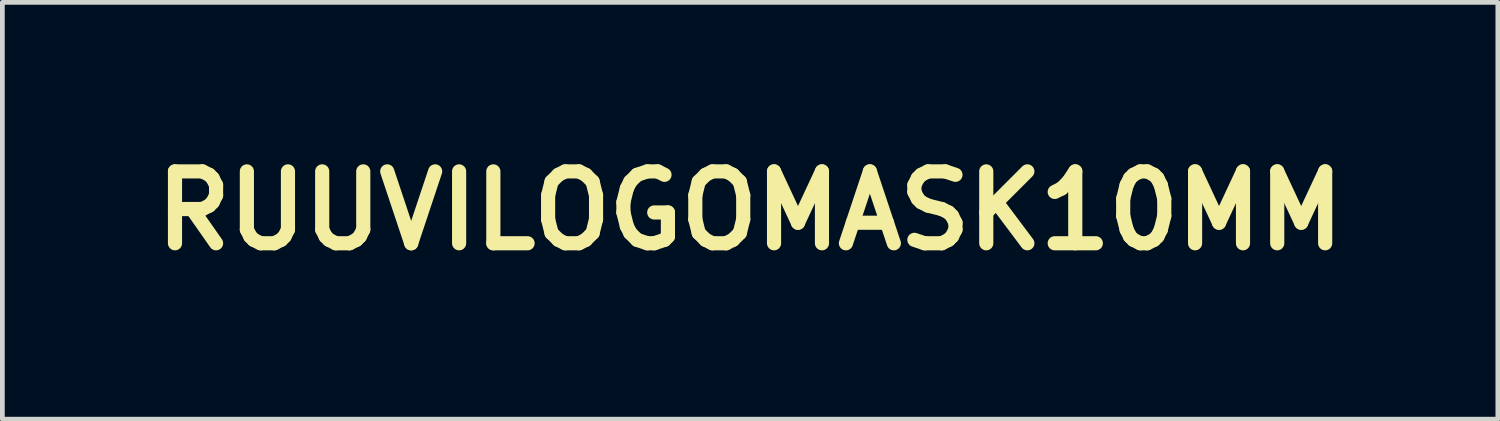
<source format=kicad_pcb>
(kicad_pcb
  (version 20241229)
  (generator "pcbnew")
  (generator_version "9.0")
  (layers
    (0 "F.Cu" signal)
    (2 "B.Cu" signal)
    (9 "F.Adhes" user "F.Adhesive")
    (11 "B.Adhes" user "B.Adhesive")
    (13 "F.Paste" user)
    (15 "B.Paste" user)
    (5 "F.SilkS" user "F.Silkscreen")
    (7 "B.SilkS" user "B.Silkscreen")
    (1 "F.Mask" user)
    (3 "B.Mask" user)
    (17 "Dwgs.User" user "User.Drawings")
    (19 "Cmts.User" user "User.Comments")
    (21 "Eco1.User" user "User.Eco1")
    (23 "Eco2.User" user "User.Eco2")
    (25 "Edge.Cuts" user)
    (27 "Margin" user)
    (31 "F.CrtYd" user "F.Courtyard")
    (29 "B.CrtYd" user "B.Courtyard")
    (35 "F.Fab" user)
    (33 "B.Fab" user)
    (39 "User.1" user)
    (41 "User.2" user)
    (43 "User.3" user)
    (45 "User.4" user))
  (footprint "RUUVILOGOMASK10MM"
    (layer "F.Cu")
    (at 12.852 1.418)
    (property "Reference" "RUUVILOGOMASK10MM" (at 0 0 0) (layer "F.SilkS") (effects (font (size 1.524 1.524) (thickness 0.3))))
    (attr through_hole)
    (fp_poly (pts (xy 2.117 -0.956) (xy 2.148 -0.951) (xy 2.151 -0.95) (xy 2.192 -0.935) (xy 2.232 -0.913) (xy 2.27 -0.885) (xy 2.303 -0.853) (xy 2.33 -0.818) (xy 2.344 -0.795) (xy 2.362 -0.747) (xy 2.371 -0.698) (xy 2.372 -0.648) (xy 2.364 -0.6) (xy 2.348 -0.554) (xy 2.325 -0.511) (xy 2.295 -0.472) (xy 2.258 -0.438) (xy 2.214 -0.411) (xy 2.181 -0.396) (xy 2.165 -0.39) (xy 2.149 -0.387) (xy 2.129 -0.384) (xy 2.103 -0.383) (xy 2.091 -0.383) (xy 2.064 -0.382) (xy 2.043 -0.382) (xy 2.027 -0.384) (xy 2.013 -0.387) (xy 1.997 -0.392) (xy 1.995 -0.392) (xy 1.946 -0.413) (xy 1.903 -0.442) (xy 1.865 -0.478) (xy 1.835 -0.519) (xy 1.812 -0.566) (xy 1.805 -0.586) (xy 1.801 -0.608) (xy 1.798 -0.638) (xy 1.798 -0.671) (xy 1.798 -0.699) (xy 1.799 -0.72) (xy 1.802 -0.737) (xy 1.806 -0.753) (xy 1.809 -0.763) (xy 1.83 -0.807) (xy 1.858 -0.847) (xy 1.894 -0.884) (xy 1.934 -0.914) (xy 1.978 -0.938) (xy 2.015 -0.95) (xy 2.046 -0.955) (xy 2.081 -0.957) (xy 2.117 -0.956)) (stroke (width 0.01) (type solid)) (fill yes) (layer "F.Mask"))
    (fp_poly (pts (xy 2.131 -0.179) (xy 2.176 -0.169) (xy 2.215 -0.153) (xy 2.246 -0.13) (xy 2.271 -0.1) (xy 2.289 -0.062) (xy 2.298 -0.033) (xy 2.3 -0.022) (xy 2.301 -0.002) (xy 2.302 0.026) (xy 2.303 0.061) (xy 2.304 0.102) (xy 2.305 0.148) (xy 2.305 0.198) (xy 2.306 0.251) (xy 2.306 0.306) (xy 2.306 0.363) (xy 2.306 0.42) (xy 2.306 0.477) (xy 2.306 0.532) (xy 2.305 0.585) (xy 2.305 0.634) (xy 2.304 0.679) (xy 2.303 0.719) (xy 2.302 0.753) (xy 2.301 0.779) (xy 2.3 0.798) (xy 2.298 0.808) (xy 2.286 0.843) (xy 2.27 0.873) (xy 2.246 0.901) (xy 2.214 0.929) (xy 2.178 0.949) (xy 2.141 0.96) (xy 2.119 0.963) (xy 2.094 0.966) (xy 2.067 0.966) (xy 2.044 0.966) (xy 2.026 0.964) (xy 2.025 0.964) (xy 1.988 0.953) (xy 1.953 0.938) (xy 1.925 0.921) (xy 1.91 0.909) (xy 1.899 0.897) (xy 1.889 0.883) (xy 1.878 0.864) (xy 1.875 0.857) (xy 1.854 0.814) (xy 1.851 0.733) (xy 1.85 0.708) (xy 1.849 0.674) (xy 1.849 0.634) (xy 1.848 0.588) (xy 1.848 0.538) (xy 1.847 0.484) (xy 1.847 0.429) (xy 1.847 0.373) (xy 1.847 0.317) (xy 1.848 0.262) (xy 1.848 0.211) (xy 1.848 0.163) (xy 1.849 0.121) (xy 1.849 0.085) (xy 1.85 0.056) (xy 1.851 0.039) (xy 1.853 0.001) (xy 1.858 -0.029) (xy 1.864 -0.054) (xy 1.874 -0.075) (xy 1.888 -0.095) (xy 1.903 -0.113) (xy 1.935 -0.141) (xy 1.97 -0.161) (xy 2.01 -0.175) (xy 2.055 -0.181) (xy 2.078 -0.182) (xy 2.131 -0.179)) (stroke (width 0.01) (type solid)) (fill yes) (layer "F.Mask"))
    (fp_poly (pts (xy 3.968 -0.582) (xy 4.021 -0.576) (xy 4.044 -0.572) (xy 4.117 -0.552) (xy 4.185 -0.525) (xy 4.247 -0.489) (xy 4.305 -0.445) (xy 4.338 -0.415) (xy 4.391 -0.357) (xy 4.434 -0.295) (xy 4.469 -0.23) (xy 4.494 -0.162) (xy 4.511 -0.09) (xy 4.518 -0.014) (xy 4.518 0.01) (xy 4.514 0.085) (xy 4.5 0.157) (xy 4.478 0.226) (xy 4.447 0.292) (xy 4.41 0.352) (xy 4.365 0.408) (xy 4.314 0.458) (xy 4.257 0.502) (xy 4.194 0.538) (xy 4.126 0.567) (xy 4.055 0.588) (xy 4.027 0.594) (xy 3.995 0.598) (xy 3.957 0.6) (xy 3.916 0.6) (xy 3.875 0.599) (xy 3.837 0.596) (xy 3.809 0.591) (xy 3.734 0.571) (xy 3.665 0.543) (xy 3.601 0.506) (xy 3.541 0.461) (xy 3.5 0.422) (xy 3.457 0.372) (xy 3.418 0.316) (xy 3.386 0.255) (xy 3.361 0.192) (xy 3.353 0.166) (xy 3.349 0.148) (xy 3.345 0.125) (xy 3.341 0.1) (xy 3.337 0.074) (xy 3.334 0.05) (xy 3.332 0.029) (xy 3.331 0.013) (xy 3.331 0.004) (xy 3.332 0.003) (xy 3.337 0.003) (xy 3.35 0.004) (xy 3.367 0.006) (xy 3.368 0.006) (xy 3.413 0.009) (xy 3.462 0.004) (xy 3.513 -0.006) (xy 3.562 -0.023) (xy 3.602 -0.042) (xy 3.626 -0.057) (xy 3.652 -0.078) (xy 3.679 -0.103) (xy 3.704 -0.13) (xy 3.726 -0.155) (xy 3.741 -0.177) (xy 3.765 -0.224) (xy 3.782 -0.27) (xy 3.792 -0.318) (xy 3.795 -0.37) (xy 3.795 -0.378) (xy 3.794 -0.422) (xy 3.789 -0.459) (xy 3.781 -0.493) (xy 3.769 -0.527) (xy 3.768 -0.528) (xy 3.762 -0.544) (xy 3.758 -0.555) (xy 3.758 -0.56) (xy 3.763 -0.562) (xy 3.776 -0.565) (xy 3.794 -0.569) (xy 3.808 -0.572) (xy 3.858 -0.58) (xy 3.913 -0.583) (xy 3.968 -0.582)) (stroke (width 0.01) (type solid)) (fill yes) (layer "F.Mask"))
    (fp_poly (pts (xy -4.043 -0.942) (xy -4.03 -0.941) (xy -4.018 -0.938) (xy -4.006 -0.935) (xy -4.001 -0.933) (xy -3.959 -0.914) (xy -3.923 -0.888) (xy -3.894 -0.856) (xy -3.872 -0.818) (xy -3.858 -0.775) (xy -3.851 -0.728) (xy -3.854 -0.679) (xy -3.854 -0.675) (xy -3.864 -0.631) (xy -3.88 -0.593) (xy -3.903 -0.561) (xy -3.933 -0.535) (xy -3.97 -0.515) (xy -4.015 -0.499) (xy -4.069 -0.489) (xy -4.071 -0.489) (xy -4.131 -0.478) (xy -4.183 -0.465) (xy -4.229 -0.447) (xy -4.269 -0.425) (xy -4.305 -0.398) (xy -4.319 -0.386) (xy -4.351 -0.353) (xy -4.376 -0.321) (xy -4.395 -0.286) (xy -4.407 -0.256) (xy -4.421 -0.215) (xy -4.424 0.282) (xy -4.424 0.365) (xy -4.424 0.438) (xy -4.425 0.503) (xy -4.425 0.56) (xy -4.426 0.61) (xy -4.426 0.652) (xy -4.427 0.689) (xy -4.428 0.72) (xy -4.429 0.746) (xy -4.43 0.768) (xy -4.432 0.786) (xy -4.434 0.801) (xy -4.436 0.813) (xy -4.438 0.823) (xy -4.441 0.831) (xy -4.445 0.839) (xy -4.449 0.847) (xy -4.453 0.855) (xy -4.456 0.861) (xy -4.477 0.892) (xy -4.504 0.919) (xy -4.535 0.94) (xy -4.539 0.942) (xy -4.572 0.954) (xy -4.611 0.963) (xy -4.652 0.966) (xy -4.692 0.965) (xy -4.722 0.96) (xy -4.757 0.949) (xy -4.791 0.931) (xy -4.82 0.911) (xy -4.84 0.888) (xy -4.858 0.859) (xy -4.871 0.825) (xy -4.879 0.789) (xy -4.88 0.783) (xy -4.881 0.771) (xy -4.881 0.751) (xy -4.882 0.722) (xy -4.882 0.687) (xy -4.883 0.644) (xy -4.883 0.597) (xy -4.884 0.545) (xy -4.884 0.489) (xy -4.884 0.43) (xy -4.884 0.369) (xy -4.884 0.306) (xy -4.884 0.244) (xy -4.884 0.182) (xy -4.884 0.121) (xy -4.884 0.062) (xy -4.883 0.007) (xy -4.883 -0.045) (xy -4.883 -0.091) (xy -4.882 -0.133) (xy -4.882 -0.167) (xy -4.881 -0.195) (xy -4.88 -0.214) (xy -4.88 -0.22) (xy -4.87 -0.306) (xy -4.851 -0.387) (xy -4.823 -0.465) (xy -4.787 -0.538) (xy -4.741 -0.609) (xy -4.686 -0.676) (xy -4.653 -0.711) (xy -4.588 -0.77) (xy -4.52 -0.821) (xy -4.449 -0.862) (xy -4.375 -0.894) (xy -4.297 -0.918) (xy -4.214 -0.934) (xy -4.126 -0.941) (xy -4.115 -0.941) (xy -4.084 -0.942) (xy -4.061 -0.942) (xy -4.043 -0.942)) (stroke (width 0.01) (type solid)) (fill yes) (layer "F.Mask"))
    (fp_poly (pts (xy -3.346 -0.934) (xy -3.301 -0.924) (xy -3.26 -0.906) (xy -3.225 -0.881) (xy -3.195 -0.85) (xy -3.173 -0.814) (xy -3.159 -0.773) (xy -3.155 -0.75) (xy -3.155 -0.74) (xy -3.154 -0.722) (xy -3.153 -0.694) (xy -3.153 -0.66) (xy -3.152 -0.618) (xy -3.152 -0.57) (xy -3.151 -0.517) (xy -3.15 -0.459) (xy -3.15 -0.397) (xy -3.149 -0.332) (xy -3.149 -0.264) (xy -3.149 -0.23) (xy -3.148 -0.15) (xy -3.148 -0.079) (xy -3.148 -0.017) (xy -3.147 0.036) (xy -3.147 0.083) (xy -3.147 0.123) (xy -3.146 0.157) (xy -3.146 0.185) (xy -3.145 0.208) (xy -3.144 0.227) (xy -3.144 0.243) (xy -3.143 0.255) (xy -3.142 0.265) (xy -3.14 0.272) (xy -3.139 0.279) (xy -3.138 0.285) (xy -3.136 0.29) (xy -3.136 0.291) (xy -3.116 0.34) (xy -3.088 0.384) (xy -3.052 0.424) (xy -3.011 0.457) (xy -2.963 0.484) (xy -2.912 0.503) (xy -2.877 0.511) (xy -2.818 0.516) (xy -2.761 0.512) (xy -2.703 0.498) (xy -2.65 0.476) (xy -2.601 0.447) (xy -2.559 0.411) (xy -2.523 0.367) (xy -2.494 0.317) (xy -2.491 0.311) (xy -2.486 0.3) (xy -2.482 0.291) (xy -2.478 0.282) (xy -2.475 0.273) (xy -2.472 0.263) (xy -2.47 0.251) (xy -2.468 0.237) (xy -2.466 0.221) (xy -2.464 0.202) (xy -2.463 0.178) (xy -2.462 0.151) (xy -2.461 0.118) (xy -2.46 0.079) (xy -2.46 0.034) (xy -2.459 -0.018) (xy -2.459 -0.077) (xy -2.458 -0.144) (xy -2.458 -0.22) (xy -2.458 -0.281) (xy -2.455 -0.78) (xy -2.436 -0.816) (xy -2.412 -0.856) (xy -2.38 -0.889) (xy -2.341 -0.915) (xy -2.331 -0.92) (xy -2.318 -0.926) (xy -2.307 -0.93) (xy -2.296 -0.933) (xy -2.283 -0.934) (xy -2.265 -0.935) (xy -2.241 -0.935) (xy -2.227 -0.935) (xy -2.156 -0.935) (xy -2.119 -0.917) (xy -2.084 -0.896) (xy -2.053 -0.868) (xy -2.028 -0.837) (xy -2.017 -0.818) (xy -2.005 -0.794) (xy -2.005 0.3) (xy -2.021 0.362) (xy -2.044 0.441) (xy -2.072 0.512) (xy -2.106 0.578) (xy -2.147 0.639) (xy -2.196 0.699) (xy -2.235 0.74) (xy -2.299 0.799) (xy -2.366 0.849) (xy -2.437 0.889) (xy -2.512 0.921) (xy -2.591 0.945) (xy -2.623 0.952) (xy -2.67 0.961) (xy -2.721 0.966) (xy -2.772 0.97) (xy -2.82 0.971) (xy -2.863 0.969) (xy -2.867 0.969) (xy -2.945 0.959) (xy -3.016 0.945) (xy -3.081 0.927) (xy -3.141 0.904) (xy -3.199 0.875) (xy -3.216 0.865) (xy -3.289 0.817) (xy -3.355 0.762) (xy -3.415 0.701) (xy -3.467 0.634) (xy -3.512 0.562) (xy -3.549 0.486) (xy -3.577 0.406) (xy -3.578 0.403) (xy -3.582 0.387) (xy -3.586 0.373) (xy -3.59 0.359) (xy -3.593 0.346) (xy -3.596 0.332) (xy -3.598 0.318) (xy -3.6 0.302) (xy -3.602 0.283) (xy -3.603 0.262) (xy -3.604 0.237) (xy -3.605 0.207) (xy -3.606 0.173) (xy -3.606 0.133) (xy -3.607 0.088) (xy -3.607 0.035) (xy -3.608 -0.025) (xy -3.608 -0.093) (xy -3.608 -0.17) (xy -3.608 -0.221) (xy -3.609 -0.309) (xy -3.609 -0.39) (xy -3.609 -0.463) (xy -3.609 -0.53) (xy -3.609 -0.588) (xy -3.608 -0.638) (xy -3.608 -0.679) (xy -3.607 -0.712) (xy -3.606 -0.736) (xy -3.606 -0.75) (xy -3.605 -0.753) (xy -3.595 -0.797) (xy -3.576 -0.836) (xy -3.551 -0.87) (xy -3.519 -0.897) (xy -3.481 -0.918) (xy -3.439 -0.931) (xy -3.393 -0.937) (xy -3.346 -0.934)) (stroke (width 0.01) (type solid)) (fill yes) (layer "F.Mask"))
    (fp_poly (pts (xy 3.783 -1.135) (xy 3.824 -1.134) (xy 3.859 -1.132) (xy 3.881 -1.129) (xy 3.988 -1.11) (xy 4.092 -1.082) (xy 4.19 -1.045) (xy 4.284 -1.001) (xy 4.372 -0.948) (xy 4.452 -0.89) (xy 4.532 -0.82) (xy 4.605 -0.743) (xy 4.669 -0.661) (xy 4.726 -0.574) (xy 4.775 -0.482) (xy 4.815 -0.385) (xy 4.846 -0.284) (xy 4.869 -0.179) (xy 4.875 -0.137) (xy 4.878 -0.116) (xy 4.879 -0.089) (xy 4.881 -0.057) (xy 4.882 -0.023) (xy 4.882 0.002) (xy 4.881 0.054) (xy 4.879 0.099) (xy 4.875 0.14) (xy 4.869 0.182) (xy 4.861 0.228) (xy 4.857 0.244) (xy 4.838 0.319) (xy 4.812 0.396) (xy 4.781 0.472) (xy 4.746 0.545) (xy 4.707 0.611) (xy 4.696 0.628) (xy 4.633 0.714) (xy 4.563 0.793) (xy 4.487 0.865) (xy 4.406 0.929) (xy 4.319 0.986) (xy 4.227 1.034) (xy 4.13 1.074) (xy 4.03 1.105) (xy 3.926 1.127) (xy 3.9 1.131) (xy 3.87 1.135) (xy 3.833 1.137) (xy 3.792 1.139) (xy 3.75 1.141) (xy 3.709 1.141) (xy 3.672 1.14) (xy 3.642 1.138) (xy 3.641 1.138) (xy 3.536 1.123) (xy 3.433 1.098) (xy 3.333 1.065) (xy 3.236 1.022) (xy 3.143 0.971) (xy 3.111 0.951) (xy 3.034 0.894) (xy 2.96 0.831) (xy 2.893 0.761) (xy 2.879 0.745) (xy 2.814 0.662) (xy 2.758 0.575) (xy 2.711 0.484) (xy 2.672 0.389) (xy 2.641 0.293) (xy 2.62 0.194) (xy 2.607 0.094) (xy 2.604 0.002) (xy 2.818 0.002) (xy 2.822 0.09) (xy 2.832 0.172) (xy 2.851 0.251) (xy 2.877 0.33) (xy 2.911 0.408) (xy 2.957 0.491) (xy 3.01 0.568) (xy 3.071 0.639) (xy 3.14 0.704) (xy 3.216 0.762) (xy 3.23 0.772) (xy 3.299 0.814) (xy 3.368 0.849) (xy 3.441 0.877) (xy 3.518 0.9) (xy 3.6 0.916) (xy 3.661 0.925) (xy 3.681 0.926) (xy 3.707 0.927) (xy 3.738 0.927) (xy 3.771 0.927) (xy 3.802 0.926) (xy 3.829 0.924) (xy 3.843 0.923) (xy 3.887 0.917) (xy 3.934 0.908) (xy 3.982 0.897) (xy 4.026 0.884) (xy 4.044 0.879) (xy 4.075 0.867) (xy 4.111 0.851) (xy 4.15 0.832) (xy 4.189 0.812) (xy 4.225 0.792) (xy 4.257 0.773) (xy 4.276 0.76) (xy 4.348 0.703) (xy 4.415 0.638) (xy 4.476 0.569) (xy 4.501 0.535) (xy 4.519 0.509) (xy 4.538 0.475) (xy 4.559 0.438) (xy 4.579 0.398) (xy 4.597 0.36) (xy 4.612 0.325) (xy 4.62 0.302) (xy 4.645 0.216) (xy 4.661 0.126) (xy 4.669 0.034) (xy 4.667 -0.058) (xy 4.657 -0.149) (xy 4.638 -0.239) (xy 4.62 -0.298) (xy 4.608 -0.329) (xy 4.592 -0.365) (xy 4.574 -0.404) (xy 4.553 -0.443) (xy 4.533 -0.48) (xy 4.514 -0.512) (xy 4.501 -0.531) (xy 4.444 -0.602) (xy 4.38 -0.669) (xy 4.31 -0.729) (xy 4.276 -0.755) (xy 4.25 -0.772) (xy 4.217 -0.792) (xy 4.18 -0.812) (xy 4.141 -0.832) (xy 4.103 -0.85) (xy 4.067 -0.865) (xy 4.044 -0.874) (xy 3.959 -0.898) (xy 3.87 -0.914) (xy 3.779 -0.922) (xy 3.688 -0.921) (xy 3.598 -0.912) (xy 3.514 -0.894) (xy 3.424 -0.866) (xy 3.338 -0.83) (xy 3.257 -0.785) (xy 3.181 -0.732) (xy 3.11 -0.673) (xy 3.046 -0.606) (xy 2.988 -0.534) (xy 2.938 -0.456) (xy 2.906 -0.393) (xy 2.872 -0.312) (xy 2.846 -0.23) (xy 2.829 -0.147) (xy 2.82 -0.061) (xy 2.818 0.002) (xy 2.604 0.002) (xy 2.604 -0.007) (xy 2.609 -0.108) (xy 2.623 -0.208) (xy 2.646 -0.308) (xy 2.679 -0.405) (xy 2.72 -0.5) (xy 2.771 -0.592) (xy 2.829 -0.678) (xy 2.894 -0.758) (xy 2.966 -0.831) (xy 3.044 -0.898) (xy 3.128 -0.957) (xy 3.217 -1.008) (xy 3.311 -1.051) (xy 3.41 -1.087) (xy 3.512 -1.113) (xy 3.585 -1.127) (xy 3.616 -1.13) (xy 3.654 -1.133) (xy 3.696 -1.135) (xy 3.74 -1.135) (xy 3.783 -1.135)) (stroke (width 0.01) (type solid)) (fill yes) (layer "F.Mask"))
    (fp_poly (pts (xy -0.379 -0.942) (xy -0.353 -0.941) (xy -0.335 -0.94) (xy -0.32 -0.937) (xy -0.307 -0.933) (xy -0.293 -0.927) (xy -0.283 -0.923) (xy -0.244 -0.899) (xy -0.211 -0.868) (xy -0.185 -0.831) (xy -0.179 -0.821) (xy -0.164 -0.789) (xy -0.162 -0.401) (xy -0.162 -0.335) (xy -0.162 -0.269) (xy -0.162 -0.202) (xy -0.162 -0.137) (xy -0.163 -0.075) (xy -0.163 -0.017) (xy -0.164 0.036) (xy -0.164 0.083) (xy -0.165 0.122) (xy -0.165 0.149) (xy -0.167 0.193) (xy -0.168 0.229) (xy -0.169 0.257) (xy -0.17 0.28) (xy -0.172 0.299) (xy -0.173 0.314) (xy -0.176 0.328) (xy -0.179 0.342) (xy -0.182 0.357) (xy -0.185 0.369) (xy -0.213 0.455) (xy -0.249 0.537) (xy -0.292 0.612) (xy -0.344 0.683) (xy -0.404 0.747) (xy -0.472 0.806) (xy -0.486 0.817) (xy -0.515 0.837) (xy -0.551 0.859) (xy -0.59 0.88) (xy -0.63 0.899) (xy -0.668 0.916) (xy -0.695 0.926) (xy -0.762 0.944) (xy -0.834 0.957) (xy -0.91 0.965) (xy -0.986 0.967) (xy -1.06 0.963) (xy -1.072 0.961) (xy -1.126 0.953) (xy -1.183 0.94) (xy -1.239 0.924) (xy -1.268 0.914) (xy -1.342 0.881) (xy -1.413 0.839) (xy -1.48 0.79) (xy -1.541 0.733) (xy -1.597 0.671) (xy -1.646 0.603) (xy -1.687 0.532) (xy -1.721 0.456) (xy -1.726 0.44) (xy -1.743 0.386) (xy -1.755 0.331) (xy -1.764 0.272) (xy -1.768 0.212) (xy -1.769 0.194) (xy -1.77 0.167) (xy -1.77 0.132) (xy -1.771 0.09) (xy -1.771 0.043) (xy -1.772 -0.009) (xy -1.772 -0.065) (xy -1.772 -0.124) (xy -1.772 -0.185) (xy -1.773 -0.247) (xy -1.773 -0.309) (xy -1.772 -0.37) (xy -1.772 -0.43) (xy -1.772 -0.487) (xy -1.772 -0.54) (xy -1.771 -0.589) (xy -1.771 -0.633) (xy -1.77 -0.67) (xy -1.77 -0.7) (xy -1.769 -0.722) (xy -1.769 -0.732) (xy -1.766 -0.757) (xy -1.764 -0.776) (xy -1.76 -0.792) (xy -1.755 -0.807) (xy -1.747 -0.823) (xy -1.723 -0.86) (xy -1.693 -0.891) (xy -1.657 -0.915) (xy -1.615 -0.931) (xy -1.569 -0.939) (xy -1.52 -0.939) (xy -1.507 -0.938) (xy -1.461 -0.928) (xy -1.42 -0.909) (xy -1.384 -0.882) (xy -1.354 -0.848) (xy -1.335 -0.816) (xy -1.316 -0.78) (xy -1.313 -0.567) (xy -1.313 -0.52) (xy -1.312 -0.466) (xy -1.311 -0.405) (xy -1.311 -0.34) (xy -1.311 -0.273) (xy -1.31 -0.205) (xy -1.31 -0.139) (xy -1.31 -0.076) (xy -1.31 -0.056) (xy -1.309 0.008) (xy -1.309 0.064) (xy -1.309 0.111) (xy -1.309 0.151) (xy -1.308 0.184) (xy -1.307 0.212) (xy -1.306 0.235) (xy -1.304 0.254) (xy -1.301 0.27) (xy -1.298 0.284) (xy -1.295 0.296) (xy -1.291 0.307) (xy -1.285 0.318) (xy -1.28 0.331) (xy -1.278 0.335) (xy -1.252 0.376) (xy -1.219 0.414) (xy -1.18 0.447) (xy -1.135 0.475) (xy -1.088 0.496) (xy -1.069 0.501) (xy -1.043 0.506) (xy -1.01 0.509) (xy -0.974 0.51) (xy -0.939 0.509) (xy -0.906 0.506) (xy -0.884 0.501) (xy -0.828 0.481) (xy -0.777 0.453) (xy -0.732 0.419) (xy -0.695 0.377) (xy -0.664 0.33) (xy -0.659 0.32) (xy -0.654 0.308) (xy -0.649 0.298) (xy -0.644 0.289) (xy -0.64 0.28) (xy -0.637 0.27) (xy -0.634 0.259) (xy -0.631 0.246) (xy -0.629 0.231) (xy -0.628 0.213) (xy -0.626 0.191) (xy -0.625 0.165) (xy -0.624 0.135) (xy -0.623 0.099) (xy -0.623 0.057) (xy -0.622 0.008) (xy -0.622 -0.048) (xy -0.621 -0.111) (xy -0.621 -0.184) (xy -0.62 -0.265) (xy -0.62 -0.276) (xy -0.62 -0.369) (xy -0.619 -0.452) (xy -0.618 -0.527) (xy -0.618 -0.592) (xy -0.617 -0.648) (xy -0.616 -0.695) (xy -0.615 -0.733) (xy -0.614 -0.761) (xy -0.613 -0.78) (xy -0.612 -0.789) (xy -0.612 -0.789) (xy -0.592 -0.833) (xy -0.565 -0.871) (xy -0.532 -0.901) (xy -0.491 -0.924) (xy -0.469 -0.933) (xy -0.453 -0.938) (xy -0.438 -0.941) (xy -0.422 -0.942) (xy -0.4 -0.942) (xy -0.379 -0.942)) (stroke (width 0.01) (type solid)) (fill yes) (layer "F.Mask"))
    (fp_poly (pts (xy 0.327 -0.944) (xy 0.367 -0.934) (xy 0.387 -0.926) (xy 0.405 -0.914) (xy 0.425 -0.896) (xy 0.445 -0.875) (xy 0.463 -0.852) (xy 0.474 -0.833) (xy 0.478 -0.824) (xy 0.485 -0.807) (xy 0.495 -0.782) (xy 0.508 -0.75) (xy 0.523 -0.712) (xy 0.541 -0.668) (xy 0.56 -0.62) (xy 0.581 -0.567) (xy 0.603 -0.511) (xy 0.627 -0.452) (xy 0.646 -0.403) (xy 0.676 -0.327) (xy 0.703 -0.259) (xy 0.727 -0.199) (xy 0.748 -0.147) (xy 0.765 -0.102) (xy 0.781 -0.063) (xy 0.794 -0.031) (xy 0.805 -0.004) (xy 0.813 0.018) (xy 0.821 0.035) (xy 0.826 0.048) (xy 0.831 0.057) (xy 0.834 0.064) (xy 0.836 0.068) (xy 0.838 0.069) (xy 0.839 0.07) (xy 0.84 0.069) (xy 0.841 0.067) (xy 0.841 0.067) (xy 0.843 0.061) (xy 0.849 0.047) (xy 0.858 0.026) (xy 0.869 -0.003) (xy 0.883 -0.038) (xy 0.9 -0.079) (xy 0.918 -0.124) (xy 0.938 -0.174) (xy 0.959 -0.227) (xy 0.981 -0.284) (xy 0.991 -0.309) (xy 1.023 -0.389) (xy 1.051 -0.461) (xy 1.077 -0.524) (xy 1.099 -0.58) (xy 1.118 -0.629) (xy 1.135 -0.672) (xy 1.15 -0.709) (xy 1.163 -0.74) (xy 1.174 -0.766) (xy 1.183 -0.788) (xy 1.19 -0.806) (xy 1.197 -0.82) (xy 1.202 -0.832) (xy 1.207 -0.841) (xy 1.211 -0.849) (xy 1.214 -0.855) (xy 1.217 -0.86) (xy 1.22 -0.863) (xy 1.242 -0.891) (xy 1.269 -0.913) (xy 1.302 -0.932) (xy 1.303 -0.932) (xy 1.315 -0.937) (xy 1.326 -0.941) (xy 1.338 -0.943) (xy 1.354 -0.945) (xy 1.375 -0.945) (xy 1.395 -0.945) (xy 1.422 -0.945) (xy 1.443 -0.944) (xy 1.458 -0.942) (xy 1.471 -0.939) (xy 1.484 -0.934) (xy 1.484 -0.934) (xy 1.519 -0.916) (xy 1.553 -0.891) (xy 1.583 -0.864) (xy 1.605 -0.835) (xy 1.615 -0.814) (xy 1.625 -0.788) (xy 1.632 -0.76) (xy 1.634 -0.751) (xy 1.635 -0.745) (xy 1.635 -0.738) (xy 1.635 -0.732) (xy 1.635 -0.724) (xy 1.633 -0.715) (xy 1.631 -0.703) (xy 1.627 -0.69) (xy 1.622 -0.673) (xy 1.615 -0.653) (xy 1.607 -0.629) (xy 1.596 -0.6) (xy 1.584 -0.567) (xy 1.569 -0.528) (xy 1.552 -0.483) (xy 1.532 -0.432) (xy 1.509 -0.374) (xy 1.484 -0.309) (xy 1.455 -0.235) (xy 1.423 -0.154) (xy 1.408 -0.115) (xy 1.364 -0.003) (xy 1.324 0.1) (xy 1.286 0.194) (xy 1.252 0.28) (xy 1.221 0.359) (xy 1.193 0.431) (xy 1.167 0.495) (xy 1.144 0.553) (xy 1.124 0.605) (xy 1.105 0.651) (xy 1.089 0.691) (xy 1.075 0.726) (xy 1.062 0.757) (xy 1.051 0.783) (xy 1.041 0.804) (xy 1.033 0.823) (xy 1.026 0.838) (xy 1.021 0.85) (xy 1.016 0.859) (xy 1.012 0.866) (xy 1.011 0.868) (xy 0.985 0.902) (xy 0.955 0.93) (xy 0.924 0.952) (xy 0.915 0.956) (xy 0.888 0.965) (xy 0.855 0.97) (xy 0.822 0.971) (xy 0.791 0.967) (xy 0.78 0.964) (xy 0.754 0.954) (xy 0.731 0.94) (xy 0.707 0.92) (xy 0.694 0.905) (xy 0.687 0.899) (xy 0.682 0.893) (xy 0.677 0.887) (xy 0.672 0.881) (xy 0.667 0.874) (xy 0.662 0.866) (xy 0.656 0.855) (xy 0.65 0.843) (xy 0.642 0.827) (xy 0.634 0.809) (xy 0.624 0.786) (xy 0.613 0.759) (xy 0.6 0.727) (xy 0.585 0.69) (xy 0.568 0.647) (xy 0.548 0.598) (xy 0.526 0.541) (xy 0.5 0.478) (xy 0.472 0.407) (xy 0.441 0.327) (xy 0.422 0.278) (xy 0.393 0.207) (xy 0.365 0.134) (xy 0.336 0.061) (xy 0.307 -0.012) (xy 0.279 -0.084) (xy 0.251 -0.155) (xy 0.224 -0.223) (xy 0.198 -0.289) (xy 0.174 -0.352) (xy 0.151 -0.41) (xy 0.129 -0.465) (xy 0.11 -0.514) (xy 0.093 -0.557) (xy 0.079 -0.595) (xy 0.067 -0.625) (xy 0.058 -0.648) (xy 0.053 -0.662) (xy 0.051 -0.667) (xy 0.042 -0.708) (xy 0.042 -0.75) (xy 0.05 -0.79) (xy 0.066 -0.828) (xy 0.09 -0.863) (xy 0.12 -0.893) (xy 0.157 -0.918) (xy 0.199 -0.936) (xy 0.204 -0.938) (xy 0.243 -0.946) (xy 0.285 -0.948) (xy 0.327 -0.944)) (stroke (width 0.01) (type solid)) (fill yes) (layer "F.Mask")))
  (gr_rect
    (start -3 -3)
    (end 28.705 5.836)
    (stroke (width 0.1) (type default))
    (fill no)
    (layer "Edge.Cuts")))
</source>
